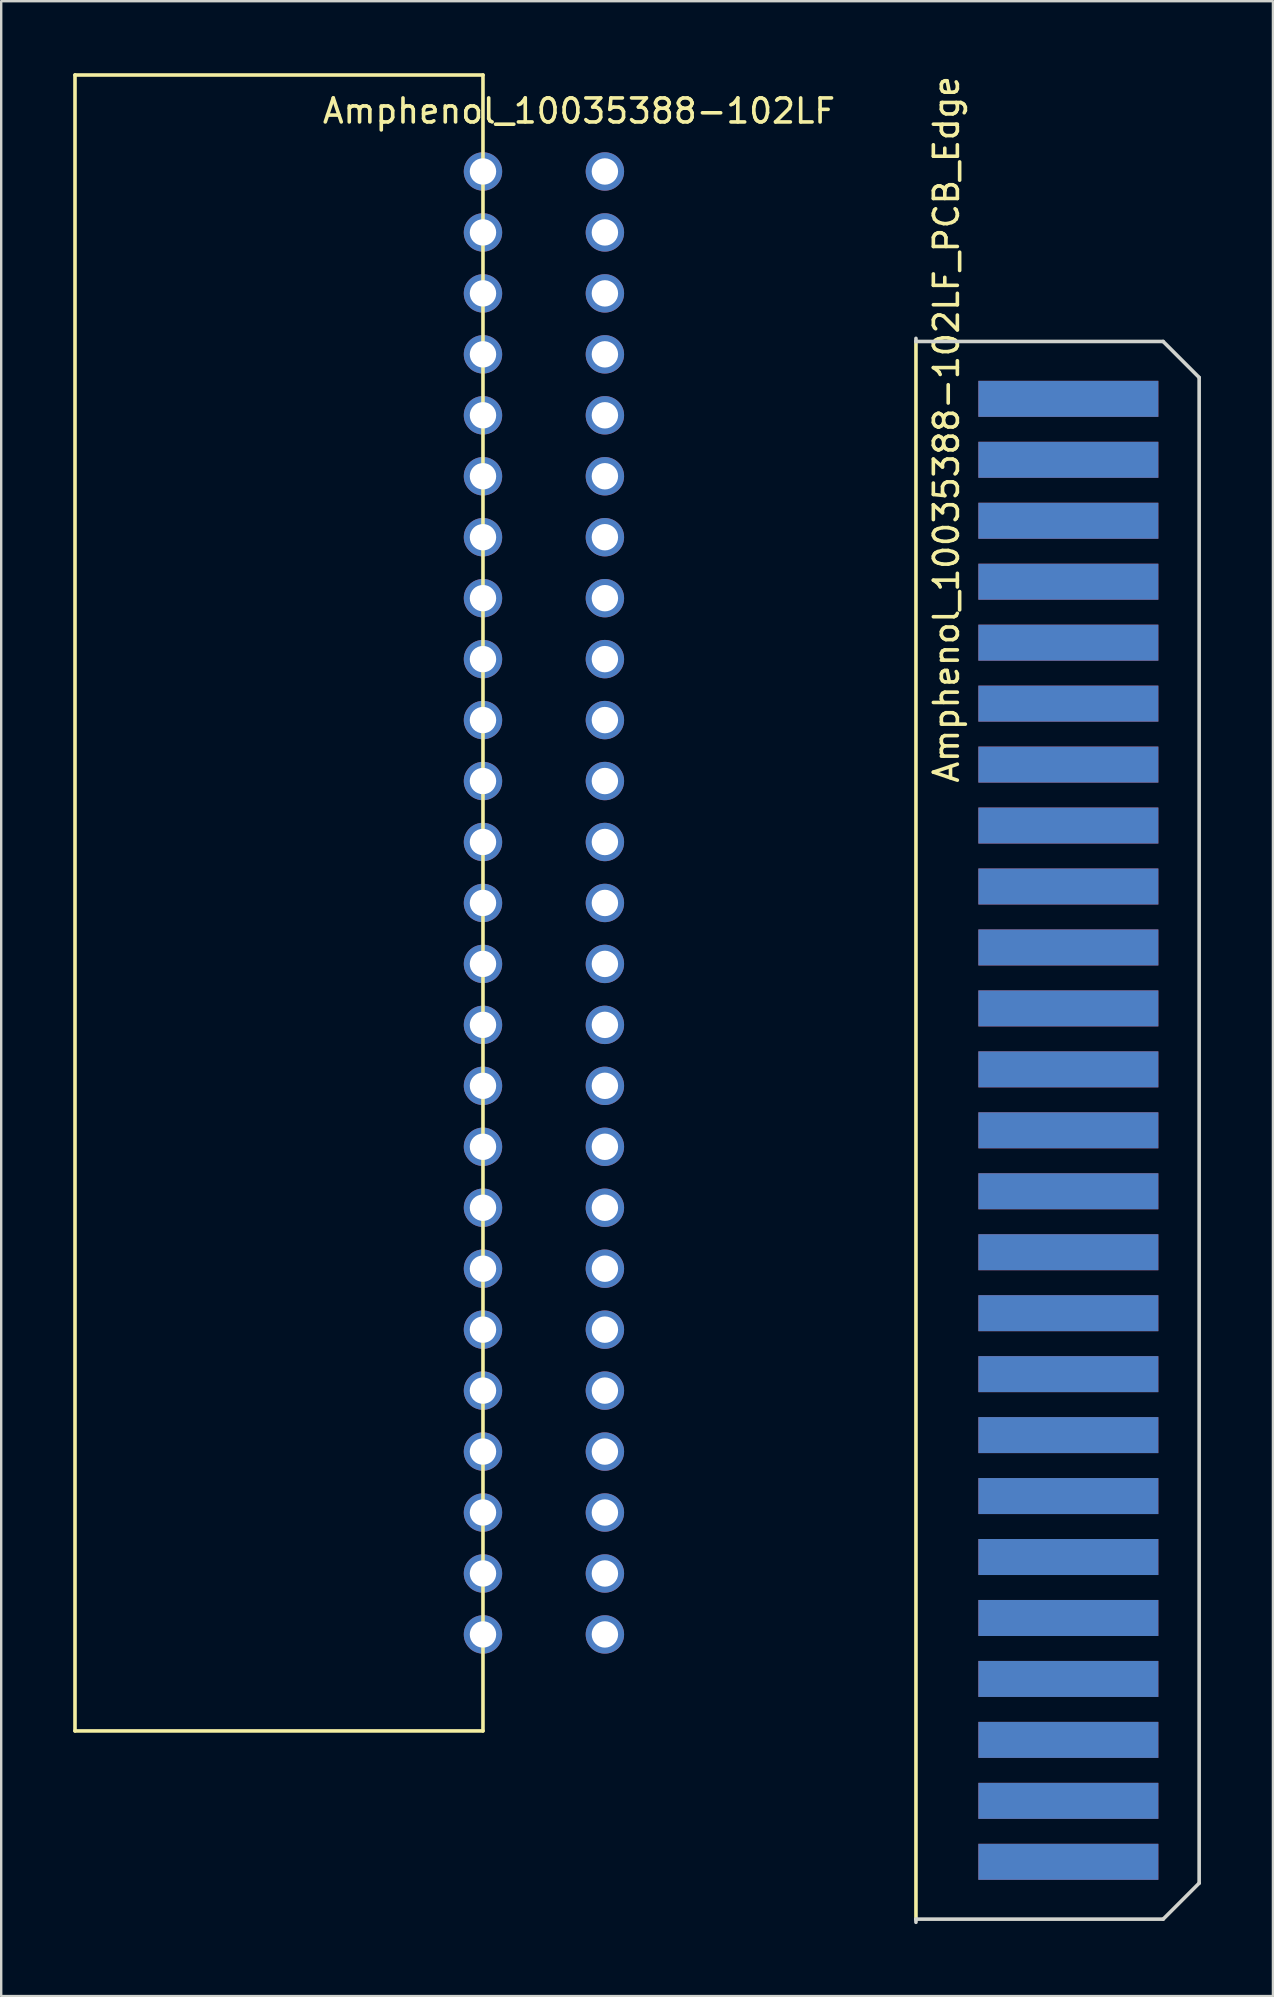
<source format=kicad_pcb>
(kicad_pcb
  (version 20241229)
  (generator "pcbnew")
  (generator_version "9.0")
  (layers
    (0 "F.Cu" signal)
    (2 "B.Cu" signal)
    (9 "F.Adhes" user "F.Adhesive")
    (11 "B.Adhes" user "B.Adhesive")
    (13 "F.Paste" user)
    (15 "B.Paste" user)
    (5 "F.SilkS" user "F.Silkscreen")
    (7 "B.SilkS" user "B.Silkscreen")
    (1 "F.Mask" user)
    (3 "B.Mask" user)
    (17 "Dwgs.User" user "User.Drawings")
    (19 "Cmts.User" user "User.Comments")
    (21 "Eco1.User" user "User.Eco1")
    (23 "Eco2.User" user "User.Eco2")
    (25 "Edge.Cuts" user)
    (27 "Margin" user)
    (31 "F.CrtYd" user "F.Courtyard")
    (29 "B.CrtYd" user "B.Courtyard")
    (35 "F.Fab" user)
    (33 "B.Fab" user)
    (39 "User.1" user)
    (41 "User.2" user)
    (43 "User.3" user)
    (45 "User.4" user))
  (footprint "Amphenol_10035388-102LF"
    (layer "F.Cu")
    (at 17.075 34.575)
    (property "Reference" "Amphenol_10035388-102LF" (at 4 -33 180) (layer "F.SilkS") (effects (font (size 1 1) (thickness 0.15))))
    (attr through_hole)
    (fp_line (start -17 -34.5) (end -17 34.5) (stroke (width 0.15) (type solid)) (layer "F.SilkS"))
    (fp_line (start -17 34.5) (end 0 34.5) (stroke (width 0.15) (type solid)) (layer "F.SilkS"))
    (fp_line (start 0 -34.5) (end -17 -34.5) (stroke (width 0.15) (type solid)) (layer "F.SilkS"))
    (fp_line (start 0 34.5) (end 0 -34.5) (stroke (width 0.15) (type solid)) (layer "F.SilkS"))
    (pad "A1" thru_hole circle (at 5.08 -30.48) (size 1.6 1.6) (drill 1.1) (layers "*.Cu" "*.Mask"))
    (pad "A2" thru_hole circle (at 5.08 -27.94) (size 1.6 1.6) (drill 1.1) (layers "*.Cu" "*.Mask"))
    (pad "A3" thru_hole circle (at 5.08 -25.4) (size 1.6 1.6) (drill 1.1) (layers "*.Cu" "*.Mask"))
    (pad "A4" thru_hole circle (at 5.08 -22.86 270) (size 1.6 1.6) (drill 1.1) (layers "*.Cu" "*.Mask"))
    (pad "A5" thru_hole circle (at 5.08 -20.32) (size 1.6 1.6) (drill 1.1) (layers "*.Cu" "*.Mask"))
    (pad "A6" thru_hole circle (at 5.08 -17.78) (size 1.6 1.6) (drill 1.1) (layers "*.Cu" "*.Mask"))
    (pad "A7" thru_hole circle (at 5.08 -15.24) (size 1.6 1.6) (drill 1.1) (layers "*.Cu" "*.Mask"))
    (pad "A8" thru_hole circle (at 5.08 -12.7) (size 1.6 1.6) (drill 1.1) (layers "*.Cu" "*.Mask"))
    (pad "A9" thru_hole circle (at 5.08 -10.16) (size 1.6 1.6) (drill 1.1) (layers "*.Cu" "*.Mask"))
    (pad "A10" thru_hole circle (at 5.08 -7.62) (size 1.6 1.6) (drill 1.1) (layers "*.Cu" "*.Mask"))
    (pad "A11" thru_hole circle (at 5.08 -5.08) (size 1.6 1.6) (drill 1.1) (layers "*.Cu" "*.Mask"))
    (pad "A12" thru_hole circle (at 5.08 -2.54) (size 1.6 1.6) (drill 1.1) (layers "*.Cu" "*.Mask"))
    (pad "A13" thru_hole circle (at 5.08 0) (size 1.6 1.6) (drill 1.1) (layers "*.Cu" "*.Mask"))
    (pad "A14" thru_hole circle (at 5.08 2.54) (size 1.6 1.6) (drill 1.1) (layers "*.Cu" "*.Mask"))
    (pad "A15" thru_hole circle (at 5.08 5.08) (size 1.6 1.6) (drill 1.1) (layers "*.Cu" "*.Mask"))
    (pad "A16" thru_hole circle (at 5.08 7.62) (size 1.6 1.6) (drill 1.1) (layers "*.Cu" "*.Mask"))
    (pad "A17" thru_hole circle (at 5.08 10.16) (size 1.6 1.6) (drill 1.1) (layers "*.Cu" "*.Mask"))
    (pad "A18" thru_hole circle (at 5.08 12.7) (size 1.6 1.6) (drill 1.1) (layers "*.Cu" "*.Mask"))
    (pad "A19" thru_hole circle (at 5.08 15.24) (size 1.6 1.6) (drill 1.1) (layers "*.Cu" "*.Mask"))
    (pad "A20" thru_hole circle (at 5.08 17.78) (size 1.6 1.6) (drill 1.1) (layers "*.Cu" "*.Mask"))
    (pad "A21" thru_hole circle (at 5.08 20.32) (size 1.6 1.6) (drill 1.1) (layers "*.Cu" "*.Mask"))
    (pad "A22" thru_hole circle (at 5.08 22.86) (size 1.6 1.6) (drill 1.1) (layers "*.Cu" "*.Mask"))
    (pad "A23" thru_hole circle (at 5.08 25.4) (size 1.6 1.6) (drill 1.1) (layers "*.Cu" "*.Mask"))
    (pad "A24" thru_hole circle (at 5.08 27.94) (size 1.6 1.6) (drill 1.1) (layers "*.Cu" "*.Mask"))
    (pad "A25" thru_hole circle (at 5.08 30.48) (size 1.6 1.6) (drill 1.1) (layers "*.Cu" "*.Mask"))
    (pad "B1" thru_hole circle (at 0 -30.48) (size 1.6 1.6) (drill 1.1) (layers "*.Cu" "*.Mask"))
    (pad "B2" thru_hole circle (at 0 -27.94) (size 1.6 1.6) (drill 1.1) (layers "*.Cu" "*.Mask"))
    (pad "B3" thru_hole circle (at 0 -25.4) (size 1.6 1.6) (drill 1.1) (layers "*.Cu" "*.Mask"))
    (pad "B4" thru_hole circle (at 0 -22.86) (size 1.6 1.6) (drill 1.1) (layers "*.Cu" "*.Mask"))
    (pad "B5" thru_hole circle (at 0 -20.32) (size 1.6 1.6) (drill 1.1) (layers "*.Cu" "*.Mask"))
    (pad "B6" thru_hole circle (at 0 -17.78) (size 1.6 1.6) (drill 1.1) (layers "*.Cu" "*.Mask"))
    (pad "B7" thru_hole circle (at 0 -15.24) (size 1.6 1.6) (drill 1.1) (layers "*.Cu" "*.Mask"))
    (pad "B8" thru_hole circle (at 0 -12.7) (size 1.6 1.6) (drill 1.1) (layers "*.Cu" "*.Mask"))
    (pad "B9" thru_hole circle (at 0 -10.16) (size 1.6 1.6) (drill 1.1) (layers "*.Cu" "*.Mask"))
    (pad "B10" thru_hole circle (at 0 -7.62) (size 1.6 1.6) (drill 1.1) (layers "*.Cu" "*.Mask"))
    (pad "B11" thru_hole circle (at 0 -5.08) (size 1.6 1.6) (drill 1.1) (layers "*.Cu" "*.Mask"))
    (pad "B12" thru_hole circle (at 0 -2.54) (size 1.6 1.6) (drill 1.1) (layers "*.Cu" "*.Mask"))
    (pad "B13" thru_hole circle (at 0 0) (size 1.6 1.6) (drill 1.1) (layers "*.Cu" "*.Mask"))
    (pad "B14" thru_hole circle (at 0 2.54) (size 1.6 1.6) (drill 1.1) (layers "*.Cu" "*.Mask"))
    (pad "B15" thru_hole circle (at 0 5.08) (size 1.6 1.6) (drill 1.1) (layers "*.Cu" "*.Mask"))
    (pad "B16" thru_hole circle (at 0 7.62) (size 1.6 1.6) (drill 1.1) (layers "*.Cu" "*.Mask"))
    (pad "B17" thru_hole circle (at 0 10.16) (size 1.6 1.6) (drill 1.1) (layers "*.Cu" "*.Mask"))
    (pad "B18" thru_hole circle (at 0 12.7) (size 1.6 1.6) (drill 1.1) (layers "*.Cu" "*.Mask"))
    (pad "B19" thru_hole circle (at 0 15.24) (size 1.6 1.6) (drill 1.1) (layers "*.Cu" "*.Mask"))
    (pad "B20" thru_hole circle (at 0 17.78) (size 1.6 1.6) (drill 1.1) (layers "*.Cu" "*.Mask"))
    (pad "B21" thru_hole circle (at 0 20.32) (size 1.6 1.6) (drill 1.1) (layers "*.Cu" "*.Mask"))
    (pad "B22" thru_hole circle (at 0 22.86) (size 1.6 1.6) (drill 1.1) (layers "*.Cu" "*.Mask"))
    (pad "B23" thru_hole circle (at 0 25.4) (size 1.6 1.6) (drill 1.1) (layers "*.Cu" "*.Mask"))
    (pad "B24" thru_hole circle (at 0 27.94) (size 1.6 1.6) (drill 1.1) (layers "*.Cu" "*.Mask"))
    (pad "B25" thru_hole circle (at 0 30.48) (size 1.6 1.6) (drill 1.1) (layers "*.Cu" "*.Mask")))
  (footprint "Amphenol_10035388-102LF_PCB_Edge"
    (layer "F.Cu")
    (at 35.117 44.049)
    (property "Reference" "Amphenol_10035388-102LF_PCB_Edge" (at 1.27 -29.21 90) (layer "F.SilkS") (effects (font (size 1 1) (thickness 0.15))))
    (attr through_hole)
    (fp_line (start 0 -32.87) (end 0 32.87) (stroke (width 0.15) (type solid)) (layer "F.SilkS"))
    (fp_line (start 0 -33) (end 0 -32.87) (stroke (width 0.15) (type solid)) (layer "Edge.Cuts"))
    (fp_line (start 0 -32.87) (end 10.3 -32.87) (stroke (width 0.15) (type solid)) (layer "Edge.Cuts"))
    (fp_line (start 0 32.87) (end 0 33) (stroke (width 0.15) (type solid)) (layer "Edge.Cuts"))
    (fp_line (start 10.3 -32.87) (end 11.8 -31.37) (stroke (width 0.15) (type solid)) (layer "Edge.Cuts"))
    (fp_line (start 10.3 32.87) (end 0 32.87) (stroke (width 0.15) (type solid)) (layer "Edge.Cuts"))
    (fp_line (start 11.8 -31.37) (end 11.8 31.37) (stroke (width 0.15) (type solid)) (layer "Edge.Cuts"))
    (fp_line (start 11.8 31.37) (end 10.3 32.87) (stroke (width 0.15) (type solid)) (layer "Edge.Cuts"))
    (pad "A1" smd rect (at 6.35 -30.48) (size 7.5 1.5) (layers "F.Cu" "F.Mask"))
    (pad "A2" smd rect (at 6.35 -27.94) (size 7.5 1.5) (layers "F.Cu" "F.Mask"))
    (pad "A3" smd rect (at 6.35 -25.4) (size 7.5 1.5) (layers "F.Cu" "F.Mask"))
    (pad "A4" smd rect (at 6.35 -22.86) (size 7.5 1.5) (layers "F.Cu" "F.Mask" "F.Paste"))
    (pad "A5" smd rect (at 6.35 -20.32) (size 7.5 1.5) (layers "F.Cu" "F.Mask"))
    (pad "A6" smd rect (at 6.35 -17.78) (size 7.5 1.5) (layers "F.Cu" "F.Mask"))
    (pad "A7" smd rect (at 6.35 -15.24) (size 7.5 1.5) (layers "F.Cu" "F.Mask"))
    (pad "A8" smd rect (at 6.35 -12.7) (size 7.5 1.5) (layers "F.Cu" "F.Mask"))
    (pad "A9" smd rect (at 6.35 -10.16) (size 7.5 1.5) (layers "F.Cu" "F.Mask"))
    (pad "A10" smd rect (at 6.35 -7.62) (size 7.5 1.5) (layers "F.Cu" "F.Mask"))
    (pad "A11" smd rect (at 6.35 -5.08) (size 7.5 1.5) (layers "F.Cu" "F.Mask"))
    (pad "A12" smd rect (at 6.35 -2.54) (size 7.5 1.5) (layers "F.Cu" "F.Mask"))
    (pad "A13" smd rect (at 6.35 0) (size 7.5 1.5) (layers "F.Cu" "F.Mask"))
    (pad "A14" smd rect (at 6.35 2.54) (size 7.5 1.5) (layers "F.Cu" "F.Mask"))
    (pad "A15" smd rect (at 6.35 5.08) (size 7.5 1.5) (layers "F.Cu" "F.Mask"))
    (pad "A16" smd rect (at 6.35 7.62) (size 7.5 1.5) (layers "F.Cu" "F.Mask"))
    (pad "A17" smd rect (at 6.35 10.16) (size 7.5 1.5) (layers "F.Cu" "F.Mask"))
    (pad "A18" smd rect (at 6.35 12.7) (size 7.5 1.5) (layers "F.Cu" "F.Mask"))
    (pad "A19" smd rect (at 6.35 15.24) (size 7.5 1.5) (layers "F.Cu" "F.Mask"))
    (pad "A20" smd rect (at 6.35 17.78) (size 7.5 1.5) (layers "F.Cu" "F.Mask"))
    (pad "A21" smd rect (at 6.35 20.32) (size 7.5 1.5) (layers "F.Cu" "F.Mask"))
    (pad "A22" smd rect (at 6.35 22.86) (size 7.5 1.5) (layers "F.Cu" "F.Mask"))
    (pad "A23" smd rect (at 6.35 25.4) (size 7.5 1.5) (layers "F.Cu" "F.Mask"))
    (pad "A24" smd rect (at 6.35 27.94) (size 7.5 1.5) (layers "F.Cu" "F.Mask"))
    (pad "A25" smd rect (at 6.35 30.48) (size 7.5 1.5) (layers "F.Cu" "F.Mask"))
    (pad "B1" smd rect (at 6.35 -30.48) (size 7.5 1.5) (layers "B.Cu" "B.Mask"))
    (pad "B2" smd rect (at 6.35 -27.94) (size 7.5 1.5) (layers "B.Cu" "B.Mask"))
    (pad "B3" smd rect (at 6.35 -25.4) (size 7.5 1.5) (layers "B.Cu" "B.Mask"))
    (pad "B4" smd rect (at 6.35 -22.86) (size 7.5 1.5) (layers "B.Cu" "B.Mask"))
    (pad "B5" smd rect (at 6.35 -20.32) (size 7.5 1.5) (layers "B.Cu" "B.Mask"))
    (pad "B6" smd rect (at 6.35 -17.78) (size 7.5 1.5) (layers "B.Cu" "B.Mask"))
    (pad "B7" smd rect (at 6.35 -15.24) (size 7.5 1.5) (layers "B.Cu" "B.Mask"))
    (pad "B8" smd rect (at 6.35 -12.7) (size 7.5 1.5) (layers "B.Cu" "B.Mask"))
    (pad "B9" smd rect (at 6.35 -10.16) (size 7.5 1.5) (layers "B.Cu" "B.Mask"))
    (pad "B10" smd rect (at 6.35 -7.62) (size 7.5 1.5) (layers "B.Cu" "B.Mask"))
    (pad "B11" smd rect (at 6.35 -5.08) (size 7.5 1.5) (layers "B.Cu" "B.Mask"))
    (pad "B12" smd rect (at 6.35 -2.54) (size 7.5 1.5) (layers "B.Cu" "B.Mask"))
    (pad "B13" smd rect (at 6.35 0) (size 7.5 1.5) (layers "B.Cu" "B.Mask"))
    (pad "B14" smd rect (at 6.35 2.54) (size 7.5 1.5) (layers "B.Cu" "B.Mask"))
    (pad "B15" smd rect (at 6.35 5.08) (size 7.5 1.5) (layers "B.Cu" "B.Mask"))
    (pad "B16" smd rect (at 6.35 7.62) (size 7.5 1.5) (layers "B.Cu" "B.Mask"))
    (pad "B17" smd rect (at 6.35 10.16) (size 7.5 1.5) (layers "B.Cu" "B.Mask"))
    (pad "B18" smd rect (at 6.35 12.7) (size 7.5 1.5) (layers "B.Cu" "B.Mask"))
    (pad "B19" smd rect (at 6.35 15.24) (size 7.5 1.5) (layers "B.Cu" "B.Mask"))
    (pad "B20" smd rect (at 6.35 17.78) (size 7.5 1.5) (layers "B.Cu" "B.Mask"))
    (pad "B21" smd rect (at 6.35 20.32) (size 7.5 1.5) (layers "B.Cu" "B.Mask"))
    (pad "B22" smd rect (at 6.35 22.86) (size 7.5 1.5) (layers "B.Cu" "B.Mask"))
    (pad "B23" smd rect (at 6.35 25.4) (size 7.5 1.5) (layers "B.Cu" "B.Mask"))
    (pad "B24" smd rect (at 6.35 27.94) (size 7.5 1.5) (layers "B.Cu" "B.Mask"))
    (pad "B25" smd rect (at 6.35 30.48) (size 7.5 1.5) (layers "B.Cu" "B.Mask")))
  (gr_rect
    (start -3 -3)
    (end 49.992 80.124)
    (stroke (width 0.1) (type default))
    (fill no)
    (layer "Edge.Cuts")))
</source>
